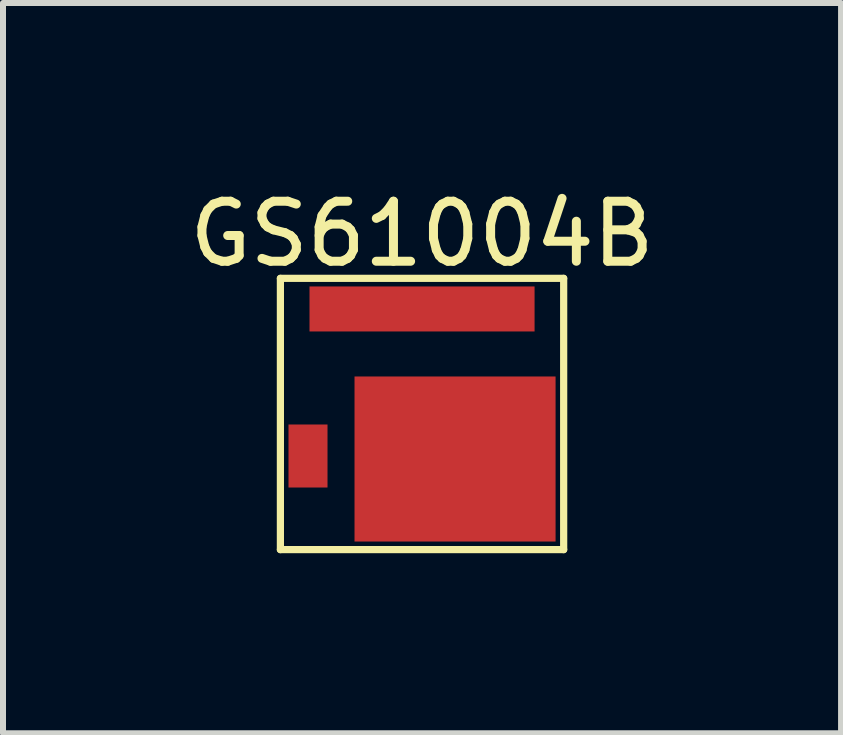
<source format=kicad_pcb>
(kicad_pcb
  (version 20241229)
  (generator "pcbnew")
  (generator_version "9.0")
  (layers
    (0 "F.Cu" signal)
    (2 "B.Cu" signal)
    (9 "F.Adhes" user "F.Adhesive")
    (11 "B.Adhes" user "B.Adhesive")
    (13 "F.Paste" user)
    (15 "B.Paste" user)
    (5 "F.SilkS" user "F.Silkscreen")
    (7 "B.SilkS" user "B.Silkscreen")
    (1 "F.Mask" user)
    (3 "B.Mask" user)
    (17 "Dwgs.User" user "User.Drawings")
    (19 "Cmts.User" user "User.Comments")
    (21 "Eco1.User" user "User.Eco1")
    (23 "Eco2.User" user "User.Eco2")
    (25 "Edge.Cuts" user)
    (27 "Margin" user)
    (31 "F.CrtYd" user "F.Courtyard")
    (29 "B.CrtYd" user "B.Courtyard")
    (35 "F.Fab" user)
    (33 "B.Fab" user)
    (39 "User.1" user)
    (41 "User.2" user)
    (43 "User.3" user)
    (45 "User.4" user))
  (footprint "GS61004B"
    (layer "F.Cu")
    (at 3.982 3.848)
    (property "Reference" "GS61004B" (at 0 -3 0) (layer "F.SilkS") (effects (font (size 1 1) (thickness 0.15))))
    (attr through_hole)
    (fp_line (start -2.36 2.26) (end -2.36 -2.26) (stroke (width 0.12) (type solid)) (layer "F.SilkS"))
    (fp_line (start 2.36 -2.26) (end -2.36 -2.26) (stroke (width 0.12) (type solid)) (layer "F.SilkS"))
    (fp_line (start 2.36 2.26) (end -2.36 2.26) (stroke (width 0.12) (type solid)) (layer "F.SilkS"))
    (fp_line (start 2.36 2.26) (end 2.36 -2.26) (stroke (width 0.12) (type solid)) (layer "F.SilkS"))
    (pad "1" smd rect (at 0 -1.75) (size 3.75 0.75) (layers "F.Cu" "F.Mask" "F.Paste"))
    (pad "2" smd rect (at -1.9 0.7) (size 0.65 1.05) (layers "F.Cu" "F.Mask" "F.Paste"))
    (pad "3" smd rect (at 0.55 0.75) (size 3.35 2.75) (layers "F.Cu" "F.Mask" "F.Paste")))
  (gr_rect
    (start -3 -3)
    (end 10.964 9.168)
    (stroke (width 0.1) (type default))
    (fill no)
    (layer "Edge.Cuts")))
</source>
